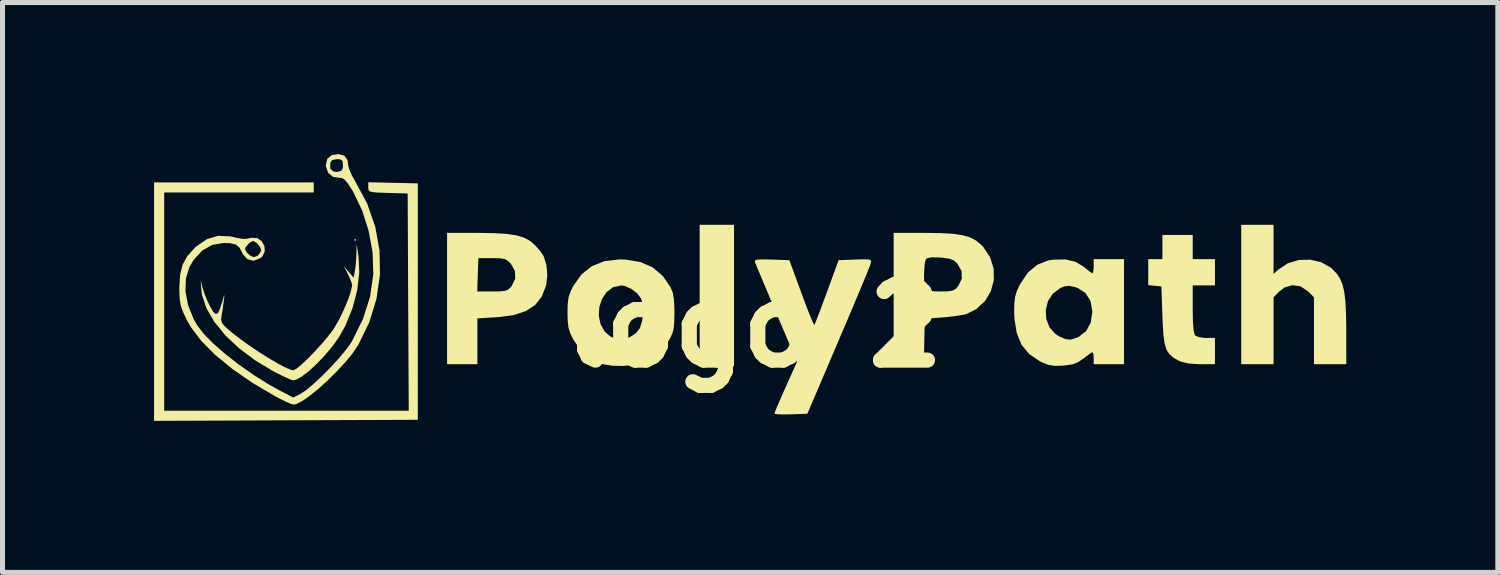
<source format=kicad_pcb>
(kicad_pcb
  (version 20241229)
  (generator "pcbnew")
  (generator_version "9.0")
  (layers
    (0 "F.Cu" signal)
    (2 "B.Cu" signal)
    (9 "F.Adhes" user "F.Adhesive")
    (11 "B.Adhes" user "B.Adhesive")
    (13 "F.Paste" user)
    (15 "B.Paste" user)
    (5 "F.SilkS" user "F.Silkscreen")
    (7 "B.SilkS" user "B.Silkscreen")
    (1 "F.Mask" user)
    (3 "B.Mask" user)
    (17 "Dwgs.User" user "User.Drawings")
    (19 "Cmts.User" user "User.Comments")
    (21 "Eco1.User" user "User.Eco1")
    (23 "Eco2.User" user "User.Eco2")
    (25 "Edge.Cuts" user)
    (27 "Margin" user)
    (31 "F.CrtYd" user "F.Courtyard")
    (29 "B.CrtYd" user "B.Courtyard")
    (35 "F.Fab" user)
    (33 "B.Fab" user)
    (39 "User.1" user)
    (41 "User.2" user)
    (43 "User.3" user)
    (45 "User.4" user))
  (footprint "logo 2"
    (layer "F.Cu")
    (at 11.88 3.4)
    (property "Reference" "logo 2" (at 0 0 0) (layer "F.SilkS") (effects (font (size 1.5 1.5) (thickness 0.3))))
    (attr board_only exclude_from_pos_files exclude_from_bom)
    (fp_poly (pts (xy -7.88 -1.7) (xy -7.9 -1.68) (xy -7.92 -1.7) (xy -7.9 -1.72)) (stroke (width 0) (type solid)) (fill yes) (layer "F.SilkS"))
    (fp_poly (pts (xy -0.4 -0.6) (xy -0.4 0.8) (xy -0.74 0.8) (xy -1.08 0.8) (xy -1.08 -0.6) (xy -1.08 -2) (xy -0.74 -2) (xy -0.4 -2)) (stroke (width 0) (type solid)) (fill yes) (layer "F.SilkS"))
    (fp_poly (pts (xy -7.15 -2.831) (xy -6.66 -2.82) (xy -6.66 -0.48) (xy -6.66 1.86) (xy -9.27 1.87) (xy -11.88 1.881) (xy -11.88 -0.48) (xy -11.88 -2.84) (xy -10.3 -2.84) (xy -8.72 -2.84) (xy -8.72 -2.74) (xy -8.72 -2.64) (xy -10.2 -2.64) (xy -11.68 -2.64) (xy -11.68 -0.48) (xy -11.68 1.68) (xy -9.26 1.68) (xy -6.839 1.68) (xy -6.85 -0.47) (xy -6.86 -2.62) (xy -7.25 -2.631) (xy -7.429 -2.637) (xy -7.542 -2.645) (xy -7.606 -2.66) (xy -7.633 -2.685) (xy -7.64 -2.724) (xy -7.64 -2.743) (xy -7.64 -2.842)) (stroke (width 0) (type solid)) (fill yes) (layer "F.SilkS"))
    (fp_poly (pts (xy 10.28 -1.513) (xy 10.28 -1.026) (xy 10.371 -1.111) (xy 10.558 -1.237) (xy 10.775 -1.303) (xy 11.002 -1.31) (xy 11.222 -1.259) (xy 11.415 -1.152) (xy 11.532 -1.034) (xy 11.596 -0.935) (xy 11.645 -0.82) (xy 11.679 -0.677) (xy 11.701 -0.493) (xy 11.714 -0.257) (xy 11.719 0.045) (xy 11.719 0.11) (xy 11.72 0.76) (xy 11.4 0.76) (xy 11.08 0.76) (xy 11.08 0.097) (xy 11.08 -0.566) (xy 10.963 -0.683) (xy 10.815 -0.781) (xy 10.653 -0.806) (xy 10.494 -0.757) (xy 10.397 -0.683) (xy 10.28 -0.566) (xy 10.28 0.097) (xy 10.28 0.76) (xy 9.96 0.76) (xy 9.64 0.76) (xy 9.64 -0.62) (xy 9.64 -2) (xy 9.96 -2) (xy 10.28 -2)) (stroke (width 0) (type solid)) (fill yes) (layer "F.SilkS"))
    (fp_poly (pts (xy 8.68 -1.56) (xy 8.68 -1.32) (xy 8.9 -1.32) (xy 9.12 -1.32) (xy 9.12 -1.06) (xy 9.12 -0.8) (xy 8.9 -0.8) (xy 8.68 -0.8) (xy 8.68 -0.328) (xy 8.684 -0.08) (xy 8.698 0.09) (xy 8.72 0.181) (xy 8.728 0.192) (xy 8.796 0.222) (xy 8.907 0.239) (xy 8.948 0.24) (xy 9.12 0.24) (xy 9.12 0.5) (xy 9.12 0.76) (xy 8.83 0.76) (xy 8.596 0.746) (xy 8.428 0.702) (xy 8.403 0.69) (xy 8.295 0.628) (xy 8.216 0.559) (xy 8.161 0.471) (xy 8.123 0.349) (xy 8.1 0.18) (xy 8.086 -0.049) (xy 8.08 -0.193) (xy 8.06 -0.78) (xy 7.93 -0.793) (xy 7.8 -0.805) (xy 7.8 -1.063) (xy 7.8 -1.32) (xy 7.94 -1.32) (xy 8.08 -1.32) (xy 8.08 -1.56) (xy 8.08 -1.8) (xy 8.38 -1.8) (xy 8.68 -1.8)) (stroke (width 0) (type solid)) (fill yes) (layer "F.SilkS"))
    (fp_poly (pts (xy -5.151 -1.835) (xy -4.901 -1.82) (xy -4.708 -1.791) (xy -4.558 -1.746) (xy -4.439 -1.682) (xy -4.34 -1.597) (xy -4.334 -1.591) (xy -4.247 -1.492) (xy -4.182 -1.402) (xy -4.169 -1.38) (xy -4.114 -1.206) (xy -4.096 -1) (xy -4.118 -0.804) (xy -4.121 -0.795) (xy -4.206 -0.578) (xy -4.336 -0.413) (xy -4.518 -0.293) (xy -4.759 -0.214) (xy -5.065 -0.173) (xy -5.099 -0.171) (xy -5.48 -0.148) (xy -5.48 0.306) (xy -5.48 0.76) (xy -5.78 0.76) (xy -6.08 0.76) (xy -6.08 -0.54) (xy -6.08 -0.68) (xy -5.483 -0.68) (xy -5.185 -0.68) (xy -5.028 -0.682) (xy -4.93 -0.694) (xy -4.867 -0.72) (xy -4.818 -0.767) (xy -4.803 -0.785) (xy -4.731 -0.933) (xy -4.737 -1.086) (xy -4.817 -1.228) (xy -4.876 -1.288) (xy -4.939 -1.322) (xy -5.031 -1.337) (xy -5.178 -1.34) (xy -5.187 -1.34) (xy -5.46 -1.34) (xy -5.472 -1.01) (xy -5.483 -0.68) (xy -6.08 -0.68) (xy -6.08 -1.84) (xy -5.467 -1.84)) (stroke (width 0) (type solid)) (fill yes) (layer "F.SilkS"))
    (fp_poly (pts (xy 2.257 -1.314) (xy 2.303 -1.302) (xy 2.314 -1.274) (xy 2.305 -1.232) (xy 2.285 -1.175) (xy 2.236 -1.054) (xy 2.163 -0.876) (xy 2.069 -0.651) (xy 1.958 -0.386) (xy 1.833 -0.09) (xy 1.697 0.228) (xy 1.667 0.3) (xy 1.052 1.74) (xy 0.726 1.752) (xy 0.576 1.754) (xy 0.462 1.75) (xy 0.404 1.74) (xy 0.4 1.736) (xy 0.416 1.691) (xy 0.458 1.588) (xy 0.522 1.44) (xy 0.6 1.262) (xy 0.623 1.211) (xy 0.846 0.714) (xy 0.44 -0.247) (xy 0.33 -0.508) (xy 0.23 -0.747) (xy 0.143 -0.952) (xy 0.075 -1.114) (xy 0.03 -1.223) (xy 0.012 -1.265) (xy 0.014 -1.293) (xy 0.052 -1.309) (xy 0.141 -1.315) (xy 0.294 -1.313) (xy 0.342 -1.312) (xy 0.695 -1.3) (xy 0.934 -0.65) (xy 1.012 -0.439) (xy 1.082 -0.259) (xy 1.138 -0.122) (xy 1.176 -0.037) (xy 1.19 -0.017) (xy 1.209 -0.059) (xy 1.25 -0.163) (xy 1.309 -0.317) (xy 1.38 -0.508) (xy 1.439 -0.667) (xy 1.67 -1.3) (xy 2 -1.312) (xy 2.161 -1.317)) (stroke (width 0) (type solid)) (fill yes) (layer "F.SilkS"))
    (fp_poly (pts (xy 3.686 -1.836) (xy 3.932 -1.822) (xy 4.123 -1.794) (xy 4.273 -1.751) (xy 4.392 -1.688) (xy 4.494 -1.603) (xy 4.533 -1.562) (xy 4.67 -1.357) (xy 4.739 -1.133) (xy 4.742 -0.905) (xy 4.684 -0.686) (xy 4.567 -0.49) (xy 4.396 -0.332) (xy 4.204 -0.235) (xy 4.109 -0.213) (xy 3.961 -0.191) (xy 3.788 -0.171) (xy 3.732 -0.167) (xy 3.38 -0.14) (xy 3.374 -0.02) (xy 3.371 0.077) (xy 3.368 0.225) (xy 3.365 0.396) (xy 3.364 0.43) (xy 3.36 0.76) (xy 3.06 0.76) (xy 2.76 0.76) (xy 2.76 -0.54) (xy 2.76 -0.996) (xy 3.361 -0.996) (xy 3.363 -0.861) (xy 3.372 -0.756) (xy 3.387 -0.707) (xy 3.437 -0.693) (xy 3.545 -0.684) (xy 3.684 -0.68) (xy 3.832 -0.683) (xy 3.925 -0.697) (xy 3.986 -0.729) (xy 4.037 -0.785) (xy 4.109 -0.933) (xy 4.103 -1.086) (xy 4.026 -1.225) (xy 3.959 -1.289) (xy 3.877 -1.326) (xy 3.754 -1.346) (xy 3.682 -1.352) (xy 3.527 -1.357) (xy 3.436 -1.344) (xy 3.396 -1.315) (xy 3.378 -1.249) (xy 3.367 -1.134) (xy 3.361 -0.996) (xy 2.76 -0.996) (xy 2.76 -1.84) (xy 3.373 -1.84)) (stroke (width 0) (type solid)) (fill yes) (layer "F.SilkS"))
    (fp_poly (pts (xy -2.546 -1.311) (xy -2.25 -1.262) (xy -2.006 -1.155) (xy -1.808 -0.985) (xy -1.655 -0.76) (xy -1.614 -0.659) (xy -1.591 -0.531) (xy -1.581 -0.353) (xy -1.58 -0.26) (xy -1.583 -0.079) (xy -1.594 0.048) (xy -1.619 0.146) (xy -1.664 0.241) (xy -1.691 0.289) (xy -1.864 0.512) (xy -2.086 0.673) (xy -2.238 0.739) (xy -2.406 0.778) (xy -2.61 0.794) (xy -2.815 0.789) (xy -2.987 0.761) (xy -3.02 0.751) (xy -3.264 0.624) (xy -3.468 0.437) (xy -3.579 0.274) (xy -3.641 0.15) (xy -3.676 0.038) (xy -3.692 -0.091) (xy -3.695 -0.2) (xy -3.077 -0.2) (xy -3.042 -0.032) (xy -2.958 0.116) (xy -2.85 0.21) (xy -2.729 0.266) (xy -2.613 0.271) (xy -2.467 0.226) (xy -2.461 0.223) (xy -2.348 0.149) (xy -2.264 0.048) (xy -2.263 0.045) (xy -2.217 -0.102) (xy -2.201 -0.283) (xy -2.217 -0.46) (xy -2.239 -0.537) (xy -2.311 -0.639) (xy -2.43 -0.73) (xy -2.562 -0.789) (xy -2.632 -0.8) (xy -2.792 -0.765) (xy -2.92 -0.672) (xy -3.012 -0.536) (xy -3.066 -0.374) (xy -3.077 -0.2) (xy -3.695 -0.2) (xy -3.696 -0.26) (xy -3.692 -0.437) (xy -3.675 -0.565) (xy -3.638 -0.676) (xy -3.582 -0.79) (xy -3.417 -1.021) (xy -3.21 -1.184) (xy -2.959 -1.282) (xy -2.662 -1.315)) (stroke (width 0) (type solid)) (fill yes) (layer "F.SilkS"))
    (fp_poly (pts (xy 7.32 -0.28) (xy 7.32 0.76) (xy 7.02 0.76) (xy 6.72 0.76) (xy 6.72 0.64) (xy 6.714 0.556) (xy 6.698 0.52) (xy 6.698 0.52) (xy 6.656 0.543) (xy 6.575 0.602) (xy 6.521 0.644) (xy 6.41 0.72) (xy 6.297 0.763) (xy 6.145 0.785) (xy 6.113 0.787) (xy 5.953 0.793) (xy 5.832 0.776) (xy 5.709 0.728) (xy 5.655 0.702) (xy 5.444 0.56) (xy 5.291 0.374) (xy 5.195 0.14) (xy 5.15 -0.15) (xy 5.146 -0.267) (xy 5.147 -0.313) (xy 5.771 -0.313) (xy 5.781 -0.135) (xy 5.845 0.03) (xy 5.964 0.163) (xy 6.04 0.21) (xy 6.163 0.263) (xy 6.259 0.274) (xy 6.365 0.242) (xy 6.426 0.215) (xy 6.57 0.104) (xy 6.66 -0.061) (xy 6.692 -0.273) (xy 6.692 -0.287) (xy 6.657 -0.49) (xy 6.56 -0.646) (xy 6.406 -0.748) (xy 6.357 -0.766) (xy 6.235 -0.792) (xy 6.138 -0.78) (xy 6.061 -0.748) (xy 5.911 -0.638) (xy 5.814 -0.487) (xy 5.771 -0.313) (xy 5.147 -0.313) (xy 5.149 -0.445) (xy 5.164 -0.575) (xy 5.199 -0.69) (xy 5.26 -0.82) (xy 5.263 -0.825) (xy 5.416 -1.053) (xy 5.605 -1.211) (xy 5.828 -1.297) (xy 5.915 -1.31) (xy 6.162 -1.314) (xy 6.36 -1.268) (xy 6.523 -1.169) (xy 6.536 -1.158) (xy 6.622 -1.087) (xy 6.683 -1.045) (xy 6.695 -1.04) (xy 6.712 -1.075) (xy 6.72 -1.162) (xy 6.72 -1.18) (xy 6.72 -1.32) (xy 7.02 -1.32) (xy 7.32 -1.32)) (stroke (width 0) (type solid)) (fill yes) (layer "F.SilkS"))
    (fp_poly (pts (xy -7.834 -1.38) (xy -7.818 -1.058) (xy -7.859 -0.707) (xy -7.952 -0.35) (xy -8.091 -0.007) (xy -8.219 0.222) (xy -8.348 0.403) (xy -8.499 0.584) (xy -8.659 0.752) (xy -8.817 0.897) (xy -8.96 1.006) (xy -9.076 1.069) (xy -9.127 1.079) (xy -9.184 1.061) (xy -9.293 1.013) (xy -9.433 0.944) (xy -9.501 0.909) (xy -9.868 0.691) (xy -10.193 0.448) (xy -10.468 0.19) (xy -10.687 -0.078) (xy -10.843 -0.347) (xy -10.931 -0.611) (xy -10.945 -0.716) (xy -10.958 -0.9) (xy -10.92 -0.75) (xy -10.879 -0.626) (xy -10.816 -0.476) (xy -10.777 -0.395) (xy -10.71 -0.278) (xy -10.658 -0.232) (xy -10.612 -0.258) (xy -10.567 -0.361) (xy -10.534 -0.468) (xy -10.502 -0.577) (xy -10.488 -0.612) (xy -10.49 -0.576) (xy -10.499 -0.5) (xy -10.52 -0.353) (xy -10.542 -0.21) (xy -10.544 -0.199) (xy -10.552 -0.118) (xy -10.534 -0.055) (xy -10.478 0.012) (xy -10.374 0.104) (xy -10.207 0.236) (xy -10.016 0.375) (xy -9.814 0.512) (xy -9.614 0.638) (xy -9.43 0.746) (xy -9.275 0.827) (xy -9.164 0.873) (xy -9.125 0.88) (xy -9.066 0.851) (xy -8.969 0.773) (xy -8.847 0.658) (xy -8.711 0.519) (xy -8.573 0.37) (xy -8.448 0.222) (xy -8.345 0.089) (xy -8.304 0.027) (xy -8.21 -0.139) (xy -8.121 -0.326) (xy -8.043 -0.51) (xy -7.987 -0.673) (xy -7.961 -0.792) (xy -7.96 -0.809) (xy -7.977 -0.875) (xy -8.02 -0.978) (xy -8.041 -1.021) (xy -8.123 -1.18) (xy -8.027 -1.066) (xy -7.931 -0.953) (xy -7.906 -1.081) (xy -7.889 -1.2) (xy -7.878 -1.351) (xy -7.875 -1.415) (xy -7.87 -1.62)) (stroke (width 0) (type solid)) (fill yes) (layer "F.SilkS"))
    (fp_poly (pts (xy -8.114 -3.37) (xy -8.051 -3.28) (xy -8.04 -3.193) (xy -8.019 -3.102) (xy -7.963 -2.975) (xy -7.896 -2.856) (xy -7.661 -2.418) (xy -7.501 -1.959) (xy -7.417 -1.489) (xy -7.409 -1.012) (xy -7.477 -0.537) (xy -7.62 -0.071) (xy -7.84 0.38) (xy -7.846 0.39) (xy -7.952 0.546) (xy -8.095 0.72) (xy -8.262 0.901) (xy -8.442 1.079) (xy -8.624 1.244) (xy -8.797 1.384) (xy -8.948 1.489) (xy -9.067 1.549) (xy -9.117 1.559) (xy -9.18 1.541) (xy -9.291 1.492) (xy -9.43 1.422) (xy -9.47 1.401) (xy -9.925 1.133) (xy -10.326 0.857) (xy -10.668 0.577) (xy -10.945 0.299) (xy -11.152 0.026) (xy -11.23 -0.112) (xy -11.305 -0.271) (xy -11.35 -0.395) (xy -11.372 -0.516) (xy -11.379 -0.669) (xy -11.38 -0.758) (xy -11.365 -1.011) (xy -11.316 -1.21) (xy -11.223 -1.379) (xy -11.077 -1.542) (xy -11.045 -1.571) (xy -10.836 -1.715) (xy -10.613 -1.782) (xy -10.372 -1.771) (xy -10.34 -1.764) (xy -10.204 -1.734) (xy -10.116 -1.721) (xy -10.047 -1.723) (xy -9.968 -1.739) (xy -9.954 -1.742) (xy -9.838 -1.737) (xy -9.749 -1.676) (xy -9.696 -1.58) (xy -9.689 -1.472) (xy -9.737 -1.373) (xy -9.78 -1.337) (xy -9.91 -1.289) (xy -10.029 -1.318) (xy -10.122 -1.416) (xy -10.141 -1.457) (xy -10.175 -1.52) (xy -10.08 -1.52) (xy -10.05 -1.459) (xy -9.983 -1.395) (xy -9.913 -1.361) (xy -9.905 -1.36) (xy -9.836 -1.386) (xy -9.808 -1.408) (xy -9.765 -1.477) (xy -9.76 -1.505) (xy -9.788 -1.572) (xy -9.849 -1.642) (xy -9.913 -1.679) (xy -9.92 -1.68) (xy -9.973 -1.655) (xy -10.017 -1.617) (xy -10.068 -1.553) (xy -10.08 -1.52) (xy -10.175 -1.52) (xy -10.194 -1.555) (xy -10.266 -1.611) (xy -10.377 -1.636) (xy -10.505 -1.64) (xy -10.729 -1.602) (xy -10.927 -1.49) (xy -11.095 -1.308) (xy -11.178 -1.168) (xy -11.25 -0.939) (xy -11.259 -0.68) (xy -11.206 -0.404) (xy -11.093 -0.126) (xy -11.023 -0.005) (xy -10.895 0.16) (xy -10.708 0.35) (xy -10.476 0.553) (xy -10.211 0.76) (xy -9.927 0.96) (xy -9.638 1.144) (xy -9.391 1.281) (xy -9.123 1.42) (xy -8.971 1.34) (xy -8.858 1.263) (xy -8.711 1.139) (xy -8.543 0.981) (xy -8.371 0.806) (xy -8.209 0.628) (xy -8.072 0.462) (xy -7.974 0.324) (xy -7.966 0.311) (xy -7.746 -0.132) (xy -7.604 -0.579) (xy -7.54 -1.025) (xy -7.555 -1.46) (xy -7.634 -1.886) (xy -7.764 -2.29) (xy -7.936 -2.648) (xy -7.959 -2.687) (xy -8.048 -2.823) (xy -8.113 -2.899) (xy -8.17 -2.929) (xy -8.203 -2.929) (xy -8.336 -2.949) (xy -8.434 -3.029) (xy -8.479 -3.156) (xy -8.48 -3.18) (xy -8.469 -3.228) (xy -8.393 -3.228) (xy -8.391 -3.113) (xy -8.332 -3.054) (xy -8.25 -3.047) (xy -8.171 -3.07) (xy -8.142 -3.129) (xy -8.14 -3.18) (xy -8.15 -3.265) (xy -8.197 -3.296) (xy -8.259 -3.3) (xy -8.357 -3.281) (xy -8.393 -3.228) (xy -8.469 -3.228) (xy -8.451 -3.306) (xy -8.364 -3.379) (xy -8.231 -3.4)) (stroke (width 0) (type solid)) (fill yes) (layer "F.SilkS")))
  (gr_rect
    (start -3 -3)
    (end 26.6 8.281)
    (stroke (width 0.1) (type default))
    (fill no)
    (layer "Edge.Cuts")))
</source>
